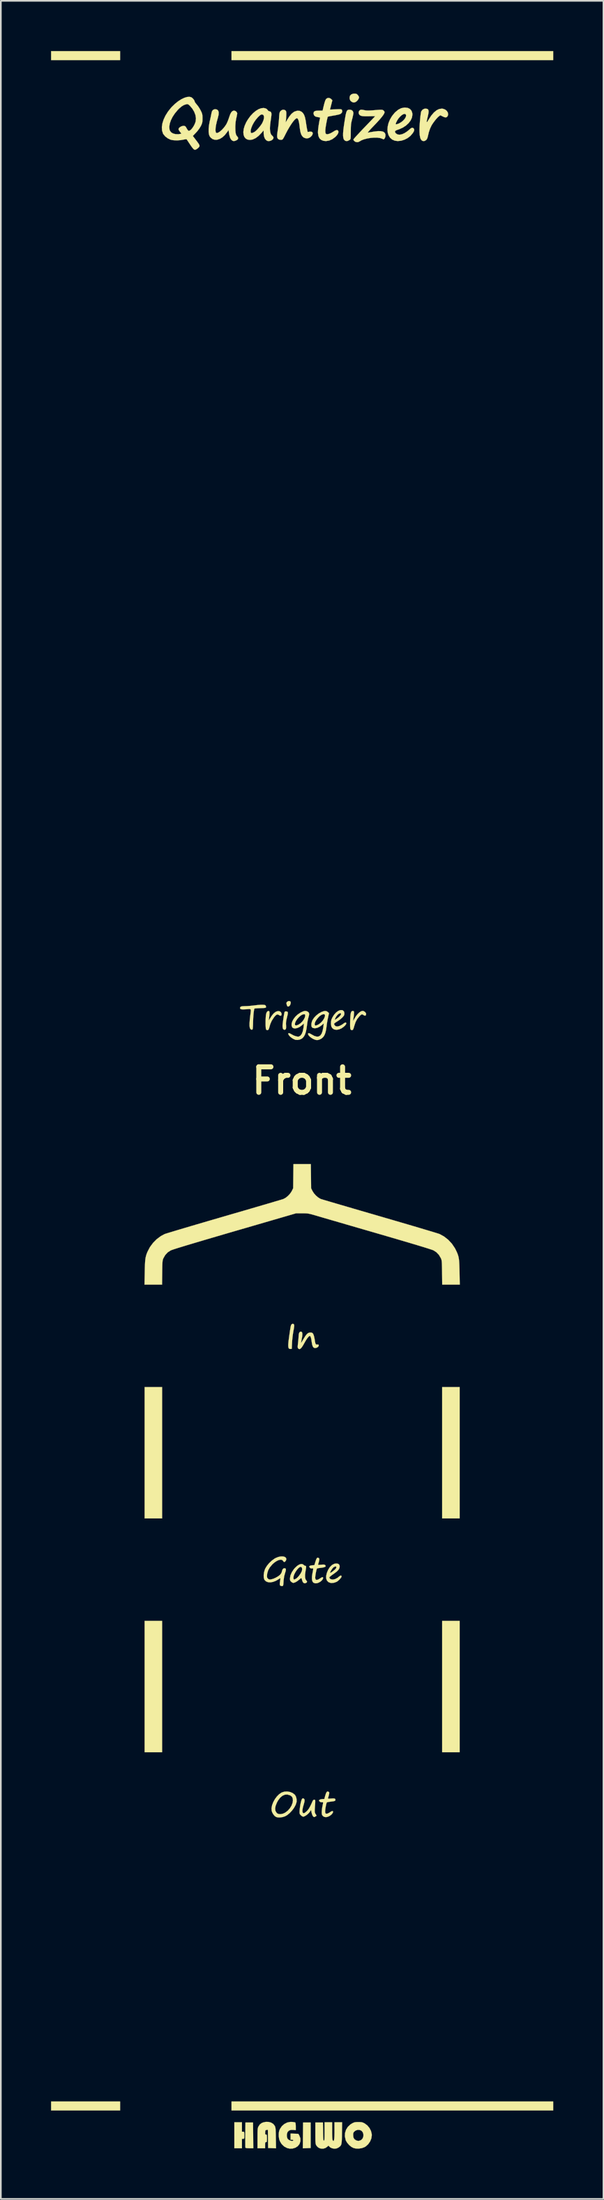
<source format=kicad_pcb>
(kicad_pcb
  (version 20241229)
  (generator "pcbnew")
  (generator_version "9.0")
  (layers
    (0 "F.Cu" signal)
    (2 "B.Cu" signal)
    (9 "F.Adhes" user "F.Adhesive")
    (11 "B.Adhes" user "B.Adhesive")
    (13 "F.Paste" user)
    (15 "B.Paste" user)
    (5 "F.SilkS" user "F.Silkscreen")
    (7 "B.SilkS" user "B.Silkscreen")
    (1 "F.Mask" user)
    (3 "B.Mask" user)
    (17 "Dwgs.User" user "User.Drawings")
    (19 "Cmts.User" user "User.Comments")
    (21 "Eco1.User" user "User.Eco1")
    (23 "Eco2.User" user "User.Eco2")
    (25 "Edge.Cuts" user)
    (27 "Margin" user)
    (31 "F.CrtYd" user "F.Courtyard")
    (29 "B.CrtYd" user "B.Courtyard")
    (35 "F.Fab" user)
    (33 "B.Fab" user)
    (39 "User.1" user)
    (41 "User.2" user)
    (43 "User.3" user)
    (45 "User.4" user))
  (footprint "Front"
    (layer "F.Cu")
    (at 14.991 61.529)
    (property "Reference" "Front" (at 0 0 0) (layer "F.SilkS") (effects (font (size 1.524 1.524) (thickness 0.3))))
    (attr through_hole)
    (fp_poly (pts (xy -10.866 -60.988) (xy -14.986 -60.988) (xy -14.986 -61.524) (xy -10.866 -61.524) (xy -10.866 -60.988)) (stroke (width 0.01) (type solid)) (fill yes) (layer "F.SilkS"))
    (fp_poly (pts (xy -10.866 61.524) (xy -14.986 61.524) (xy -14.986 60.988) (xy -10.866 60.988) (xy -10.866 61.524)) (stroke (width 0.01) (type solid)) (fill yes) (layer "F.SilkS"))
    (fp_poly (pts (xy -8.354 40.118) (xy -9.398 40.118) (xy -9.398 32.272) (xy -8.354 32.272) (xy -8.354 40.118)) (stroke (width 0.01) (type solid)) (fill yes) (layer "F.SilkS"))
    (fp_poly (pts (xy 0.522 63.768) (xy 0.056 63.785) (xy 0.071 62.244) (xy 0.522 62.244) (xy 0.522 63.768)) (stroke (width 0.01) (type solid)) (fill yes) (layer "F.SilkS"))
    (fp_poly (pts (xy 9.426 40.118) (xy 8.382 40.118) (xy 8.382 32.272) (xy 9.426 32.272) (xy 9.426 40.118)) (stroke (width 0.01) (type solid)) (fill yes) (layer "F.SilkS"))
    (fp_poly (pts (xy 15.014 -60.988) (xy -4.205 -60.988) (xy -4.205 -61.524) (xy 15.014 -61.524) (xy 15.014 -60.988)) (stroke (width 0.01) (type solid)) (fill yes) (layer "F.SilkS"))
    (fp_poly (pts (xy 15.014 61.524) (xy -4.205 61.524) (xy -4.205 60.988) (xy 15.014 60.988) (xy 15.014 61.524)) (stroke (width 0.01) (type solid)) (fill yes) (layer "F.SilkS"))
    (fp_poly (pts (xy -8.354 22.225) (xy -8.354 26.148) (xy -9.398 26.148) (xy -9.398 22.225) (xy -9.398 18.302) (xy -8.354 18.302) (xy -8.354 22.225)) (stroke (width 0.01) (type solid)) (fill yes) (layer "F.SilkS"))
    (fp_poly (pts (xy 9.426 22.225) (xy 9.426 26.148) (xy 8.382 26.148) (xy 8.382 22.225) (xy 8.382 18.302) (xy 9.426 18.302) (xy 9.426 22.225)) (stroke (width 0.01) (type solid)) (fill yes) (layer "F.SilkS"))
    (fp_poly (pts (xy -2.913 63.013) (xy -2.906 63.782) (xy -3.133 63.782) (xy -3.264 63.778) (xy -3.343 63.767) (xy -3.374 63.746) (xy -3.377 63.71) (xy -3.38 63.624) (xy -3.381 63.498) (xy -3.382 63.339) (xy -3.382 63.156) (xy -3.38 62.977) (xy -3.373 62.244) (xy -2.921 62.244) (xy -2.913 63.013)) (stroke (width 0.01) (type solid)) (fill yes) (layer "F.SilkS"))
    (fp_poly (pts (xy -0.683 -4.734) (xy -0.682 -4.732) (xy -0.666 -4.676) (xy -0.678 -4.598) (xy -0.709 -4.52) (xy -0.753 -4.465) (xy -0.761 -4.459) (xy -0.824 -4.435) (xy -0.865 -4.449) (xy -0.895 -4.509) (xy -0.906 -4.544) (xy -0.925 -4.621) (xy -0.92 -4.669) (xy -0.889 -4.713) (xy -0.82 -4.759) (xy -0.744 -4.766) (xy -0.683 -4.734)) (stroke (width 0.01) (type solid)) (fill yes) (layer "F.SilkS"))
    (fp_poly (pts (xy -3.584 62.794) (xy -3.514 62.794) (xy -3.478 62.797) (xy -3.457 62.813) (xy -3.447 62.854) (xy -3.443 62.932) (xy -3.443 63.006) (xy -3.444 63.114) (xy -3.449 63.177) (xy -3.463 63.207) (xy -3.489 63.217) (xy -3.514 63.218) (xy -3.584 63.218) (xy -3.584 63.782) (xy -4.036 63.782) (xy -4.036 62.23) (xy -3.584 62.23) (xy -3.584 62.794)) (stroke (width 0.01) (type solid)) (fill yes) (layer "F.SilkS"))
    (fp_poly (pts (xy 3.224 -58.979) (xy 3.284 -58.954) (xy 3.339 -58.901) (xy 3.342 -58.898) (xy 3.389 -58.831) (xy 3.414 -58.773) (xy 3.415 -58.764) (xy 3.393 -58.687) (xy 3.34 -58.6) (xy 3.268 -58.525) (xy 3.22 -58.492) (xy 3.137 -58.457) (xy 3.07 -58.456) (xy 2.991 -58.489) (xy 2.985 -58.492) (xy 2.901 -58.559) (xy 2.859 -58.653) (xy 2.85 -58.744) (xy 2.874 -58.854) (xy 2.943 -58.933) (xy 3.051 -58.977) (xy 3.134 -58.984) (xy 3.224 -58.979)) (stroke (width 0.01) (type solid)) (fill yes) (layer "F.SilkS"))
    (fp_poly (pts (xy -0.491 14.54) (xy -0.469 14.569) (xy -0.46 14.613) (xy -0.465 14.697) (xy -0.485 14.828) (xy -0.507 14.948) (xy -0.536 15.12) (xy -0.562 15.32) (xy -0.582 15.52) (xy -0.59 15.649) (xy -0.607 16.016) (xy -0.682 16.025) (xy -0.754 16.014) (xy -0.788 15.977) (xy -0.807 15.923) (xy -0.816 15.844) (xy -0.814 15.733) (xy -0.801 15.584) (xy -0.777 15.391) (xy -0.762 15.282) (xy -0.731 15.066) (xy -0.706 14.899) (xy -0.686 14.775) (xy -0.67 14.685) (xy -0.655 14.625) (xy -0.64 14.585) (xy -0.624 14.561) (xy -0.606 14.544) (xy -0.604 14.543) (xy -0.541 14.515) (xy -0.491 14.54)) (stroke (width 0.01) (type solid)) (fill yes) (layer "F.SilkS"))
    (fp_poly (pts (xy -0.863 -4.123) (xy -0.851 -4.111) (xy -0.839 -4.076) (xy -0.843 -4.011) (xy -0.864 -3.907) (xy -0.892 -3.794) (xy -0.928 -3.639) (xy -0.948 -3.517) (xy -0.953 -3.406) (xy -0.948 -3.314) (xy -0.944 -3.186) (xy -0.956 -3.105) (xy -0.988 -3.062) (xy -1.043 -3.048) (xy -1.049 -3.048) (xy -1.101 -3.071) (xy -1.128 -3.103) (xy -1.146 -3.165) (xy -1.156 -3.253) (xy -1.157 -3.279) (xy -1.152 -3.352) (xy -1.141 -3.459) (xy -1.124 -3.588) (xy -1.105 -3.727) (xy -1.084 -3.862) (xy -1.063 -3.98) (xy -1.045 -4.07) (xy -1.032 -4.118) (xy -1.03 -4.12) (xy -0.987 -4.145) (xy -0.922 -4.145) (xy -0.863 -4.123)) (stroke (width 0.01) (type solid)) (fill yes) (layer "F.SilkS"))
    (fp_poly (pts (xy 2.965 -58.003) (xy 3.041 -57.942) (xy 3.075 -57.849) (xy 3.076 -57.825) (xy 3.069 -57.762) (xy 3.049 -57.66) (xy 3.021 -57.536) (xy 2.999 -57.451) (xy 2.969 -57.332) (xy 2.947 -57.227) (xy 2.933 -57.123) (xy 2.925 -57.004) (xy 2.921 -56.855) (xy 2.92 -56.715) (xy 2.919 -56.546) (xy 2.917 -56.425) (xy 2.913 -56.342) (xy 2.904 -56.288) (xy 2.891 -56.255) (xy 2.871 -56.233) (xy 2.849 -56.216) (xy 2.739 -56.158) (xy 2.639 -56.152) (xy 2.605 -56.163) (xy 2.546 -56.199) (xy 2.502 -56.259) (xy 2.474 -56.345) (xy 2.461 -56.464) (xy 2.462 -56.619) (xy 2.478 -56.815) (xy 2.509 -57.057) (xy 2.55 -57.326) (xy 2.585 -57.542) (xy 2.615 -57.708) (xy 2.643 -57.831) (xy 2.672 -57.918) (xy 2.704 -57.974) (xy 2.742 -58.006) (xy 2.789 -58.021) (xy 2.847 -58.025) (xy 2.855 -58.025) (xy 2.965 -58.003)) (stroke (width 0.01) (type solid)) (fill yes) (layer "F.SilkS"))
    (fp_poly (pts (xy -1.976 -4.17) (xy -1.951 -4.15) (xy -1.939 -4.098) (xy -1.938 -4.007) (xy -1.949 -3.872) (xy -1.961 -3.768) (xy -1.982 -3.598) (xy -1.878 -3.768) (xy -1.776 -3.921) (xy -1.682 -4.03) (xy -1.587 -4.105) (xy -1.532 -4.136) (xy -1.422 -4.165) (xy -1.326 -4.151) (xy -1.253 -4.098) (xy -1.216 -4.013) (xy -1.214 -3.98) (xy -1.23 -3.909) (xy -1.274 -3.885) (xy -1.343 -3.909) (xy -1.369 -3.928) (xy -1.433 -3.963) (xy -1.496 -3.958) (xy -1.566 -3.91) (xy -1.65 -3.815) (xy -1.672 -3.786) (xy -1.803 -3.586) (xy -1.892 -3.384) (xy -1.932 -3.242) (xy -1.959 -3.147) (xy -1.988 -3.075) (xy -2.009 -3.044) (xy -2.078 -3.022) (xy -2.131 -3.054) (xy -2.144 -3.074) (xy -2.156 -3.126) (xy -2.164 -3.22) (xy -2.169 -3.346) (xy -2.17 -3.49) (xy -2.168 -3.639) (xy -2.162 -3.781) (xy -2.153 -3.903) (xy -2.147 -3.948) (xy -2.116 -4.069) (xy -2.065 -4.146) (xy -1.998 -4.172) (xy -1.976 -4.17)) (stroke (width 0.01) (type solid)) (fill yes) (layer "F.SilkS"))
    (fp_poly (pts (xy 3.706 -4.156) (xy 3.778 -4.104) (xy 3.828 -4.037) (xy 3.838 -3.995) (xy 3.821 -3.918) (xy 3.775 -3.889) (xy 3.709 -3.909) (xy 3.69 -3.923) (xy 3.63 -3.964) (xy 3.583 -3.973) (xy 3.532 -3.947) (xy 3.463 -3.883) (xy 3.445 -3.865) (xy 3.307 -3.697) (xy 3.206 -3.508) (xy 3.131 -3.282) (xy 3.101 -3.177) (xy 3.07 -3.094) (xy 3.045 -3.047) (xy 3.041 -3.043) (xy 2.974 -3.022) (xy 2.921 -3.055) (xy 2.904 -3.081) (xy 2.89 -3.135) (xy 2.882 -3.235) (xy 2.881 -3.385) (xy 2.884 -3.587) (xy 2.893 -3.792) (xy 2.906 -3.946) (xy 2.925 -4.056) (xy 2.953 -4.126) (xy 2.99 -4.163) (xy 3.039 -4.173) (xy 3.057 -4.172) (xy 3.097 -4.157) (xy 3.113 -4.119) (xy 3.114 -4.05) (xy 3.108 -3.958) (xy 3.095 -3.842) (xy 3.084 -3.761) (xy 3.071 -3.67) (xy 3.065 -3.606) (xy 3.066 -3.584) (xy 3.083 -3.607) (xy 3.115 -3.665) (xy 3.135 -3.704) (xy 3.223 -3.851) (xy 3.325 -3.981) (xy 3.433 -4.084) (xy 3.538 -4.152) (xy 3.63 -4.177) (xy 3.706 -4.156)) (stroke (width 0.01) (type solid)) (fill yes) (layer "F.SilkS"))
    (fp_poly (pts (xy -0.575 62.21) (xy -0.485 62.222) (xy -0.418 62.236) (xy -0.396 62.244) (xy -0.382 62.279) (xy -0.372 62.355) (xy -0.367 62.457) (xy -0.367 62.481) (xy -0.367 62.7) (xy -0.524 62.687) (xy -0.668 62.689) (xy -0.773 62.726) (xy -0.847 62.799) (xy -0.863 62.827) (xy -0.897 62.937) (xy -0.901 63.06) (xy -0.876 63.172) (xy -0.845 63.227) (xy -0.779 63.284) (xy -0.689 63.326) (xy -0.601 63.346) (xy -0.548 63.34) (xy -0.51 63.313) (xy -0.521 63.288) (xy -0.576 63.275) (xy -0.593 63.274) (xy -0.677 63.274) (xy -0.677 62.905) (xy -0.213 62.921) (xy -0.149 63.034) (xy -0.093 63.188) (xy -0.089 63.351) (xy -0.136 63.508) (xy -0.155 63.544) (xy -0.255 63.663) (xy -0.392 63.749) (xy -0.551 63.798) (xy -0.721 63.805) (xy -0.878 63.772) (xy -1.056 63.679) (xy -1.2 63.541) (xy -1.237 63.491) (xy -1.314 63.361) (xy -1.359 63.233) (xy -1.38 63.086) (xy -1.383 62.979) (xy -1.377 62.847) (xy -1.357 62.744) (xy -1.316 62.642) (xy -1.31 62.631) (xy -1.198 62.463) (xy -1.052 62.334) (xy -0.88 62.247) (xy -0.693 62.208) (xy -0.575 62.21)) (stroke (width 0.01) (type solid)) (fill yes) (layer "F.SilkS"))
    (fp_poly (pts (xy -1.989 62.209) (xy -1.839 62.252) (xy -1.714 62.329) (xy -1.626 62.439) (xy -1.624 62.442) (xy -1.605 62.484) (xy -1.59 62.531) (xy -1.579 62.591) (xy -1.571 62.673) (xy -1.566 62.784) (xy -1.561 62.934) (xy -1.558 63.131) (xy -1.557 63.17) (xy -1.548 63.785) (xy -1.783 63.776) (xy -2.018 63.768) (xy -2.026 63.223) (xy -2.033 62.678) (xy -2.11 62.687) (xy -2.157 62.698) (xy -2.182 62.726) (xy -2.193 62.789) (xy -2.196 62.83) (xy -2.198 62.911) (xy -2.188 62.951) (xy -2.161 62.963) (xy -2.146 62.964) (xy -2.118 62.968) (xy -2.1 62.989) (xy -2.092 63.037) (xy -2.089 63.125) (xy -2.088 63.19) (xy -2.09 63.302) (xy -2.095 63.369) (xy -2.108 63.403) (xy -2.13 63.415) (xy -2.145 63.415) (xy -2.175 63.421) (xy -2.192 63.447) (xy -2.2 63.504) (xy -2.201 63.599) (xy -2.201 63.782) (xy -2.653 63.782) (xy -2.653 63.188) (xy -2.652 62.986) (xy -2.651 62.832) (xy -2.647 62.717) (xy -2.64 62.634) (xy -2.63 62.573) (xy -2.616 62.527) (xy -2.599 62.49) (xy -2.519 62.367) (xy -2.416 62.284) (xy -2.323 62.243) (xy -2.155 62.205) (xy -1.989 62.209)) (stroke (width 0.01) (type solid)) (fill yes) (layer "F.SilkS"))
    (fp_poly (pts (xy -2.223 -4.53) (xy -2.179 -4.51) (xy -2.151 -4.455) (xy -2.145 -4.414) (xy -2.148 -4.388) (xy -2.162 -4.37) (xy -2.197 -4.358) (xy -2.263 -4.351) (xy -2.368 -4.346) (xy -2.481 -4.342) (xy -2.613 -4.337) (xy -2.724 -4.33) (xy -2.801 -4.323) (xy -2.833 -4.316) (xy -2.85 -4.273) (xy -2.868 -4.184) (xy -2.884 -4.059) (xy -2.899 -3.908) (xy -2.91 -3.742) (xy -2.917 -3.571) (xy -2.919 -3.499) (xy -2.922 -3.355) (xy -2.928 -3.231) (xy -2.935 -3.138) (xy -2.944 -3.087) (xy -2.946 -3.082) (xy -2.991 -3.05) (xy -3.047 -3.067) (xy -3.089 -3.111) (xy -3.116 -3.178) (xy -3.13 -3.286) (xy -3.129 -3.437) (xy -3.115 -3.635) (xy -3.091 -3.853) (xy -3.069 -4.021) (xy -3.055 -4.141) (xy -3.053 -4.219) (xy -3.067 -4.265) (xy -3.101 -4.285) (xy -3.159 -4.288) (xy -3.245 -4.281) (xy -3.312 -4.275) (xy -3.474 -4.267) (xy -3.587 -4.269) (xy -3.657 -4.285) (xy -3.691 -4.315) (xy -3.697 -4.342) (xy -3.686 -4.396) (xy -3.646 -4.432) (xy -3.569 -4.451) (xy -3.447 -4.459) (xy -3.402 -4.46) (xy -3.273 -4.464) (xy -3.113 -4.475) (xy -2.948 -4.491) (xy -2.865 -4.502) (xy -2.647 -4.527) (xy -2.464 -4.54) (xy -2.321 -4.541) (xy -2.223 -4.53)) (stroke (width 0.01) (type solid)) (fill yes) (layer "F.SilkS"))
    (fp_poly (pts (xy -0.708 42.495) (xy -0.551 42.56) (xy -0.424 42.66) (xy -0.412 42.674) (xy -0.354 42.779) (xy -0.32 42.913) (xy -0.315 43.055) (xy -0.322 43.106) (xy -0.374 43.265) (xy -0.466 43.434) (xy -0.588 43.601) (xy -0.73 43.752) (xy -0.88 43.875) (xy -1.004 43.946) (xy -1.145 43.992) (xy -1.295 44.015) (xy -1.434 44.014) (xy -1.543 43.987) (xy -1.63 43.924) (xy -1.712 43.825) (xy -1.777 43.707) (xy -1.805 43.621) (xy -1.813 43.492) (xy -1.601 43.492) (xy -1.58 43.629) (xy -1.511 43.74) (xy -1.471 43.777) (xy -1.378 43.816) (xy -1.258 43.82) (xy -1.123 43.788) (xy -1.004 43.733) (xy -0.848 43.617) (xy -0.716 43.468) (xy -0.615 43.301) (xy -0.552 43.127) (xy -0.536 42.996) (xy -0.55 42.866) (xy -0.597 42.774) (xy -0.685 42.705) (xy -0.716 42.69) (xy -0.868 42.646) (xy -1.017 42.656) (xy -1.162 42.719) (xy -1.298 42.833) (xy -1.421 42.995) (xy -1.498 43.136) (xy -1.574 43.328) (xy -1.601 43.492) (xy -1.813 43.492) (xy -1.815 43.466) (xy -1.783 43.291) (xy -1.715 43.109) (xy -1.618 42.93) (xy -1.499 42.767) (xy -1.362 42.63) (xy -1.215 42.53) (xy -1.214 42.529) (xy -1.054 42.477) (xy -0.881 42.466) (xy -0.708 42.495)) (stroke (width 0.01) (type solid)) (fill yes) (layer "F.SilkS"))
    (fp_poly (pts (xy 3.496 62.219) (xy 3.585 62.23) (xy 3.662 62.256) (xy 3.749 62.299) (xy 3.75 62.3) (xy 3.906 62.416) (xy 4.034 62.568) (xy 4.126 62.745) (xy 4.172 62.931) (xy 4.177 63.006) (xy 4.15 63.193) (xy 4.076 63.374) (xy 3.963 63.537) (xy 3.819 63.668) (xy 3.752 63.71) (xy 3.585 63.774) (xy 3.396 63.803) (xy 3.208 63.796) (xy 3.077 63.763) (xy 2.95 63.695) (xy 2.823 63.589) (xy 2.712 63.462) (xy 2.632 63.331) (xy 2.616 63.29) (xy 2.57 63.076) (xy 2.573 63.001) (xy 3.062 63.001) (xy 3.077 63.133) (xy 3.127 63.229) (xy 3.219 63.3) (xy 3.26 63.32) (xy 3.378 63.345) (xy 3.497 63.313) (xy 3.556 63.277) (xy 3.632 63.19) (xy 3.673 63.077) (xy 3.676 62.953) (xy 3.642 62.837) (xy 3.572 62.744) (xy 3.566 62.74) (xy 3.457 62.688) (xy 3.335 62.682) (xy 3.216 62.721) (xy 3.154 62.764) (xy 3.1 62.819) (xy 3.072 62.873) (xy 3.063 62.948) (xy 3.062 63.001) (xy 2.573 63.001) (xy 2.578 62.87) (xy 2.637 62.677) (xy 2.745 62.506) (xy 2.899 62.361) (xy 2.996 62.3) (xy 3.082 62.256) (xy 3.159 62.23) (xy 3.249 62.219) (xy 3.372 62.216) (xy 3.373 62.216) (xy 3.496 62.219)) (stroke (width 0.01) (type solid)) (fill yes) (layer "F.SilkS"))
    (fp_poly (pts (xy 8.443 -58.077) (xy 8.568 -58.028) (xy 8.663 -57.948) (xy 8.722 -57.848) (xy 8.737 -57.74) (xy 8.723 -57.678) (xy 8.677 -57.598) (xy 8.613 -57.565) (xy 8.523 -57.575) (xy 8.424 -57.617) (xy 8.274 -57.693) (xy 8.189 -57.633) (xy 8.118 -57.57) (xy 8.029 -57.473) (xy 7.933 -57.355) (xy 7.841 -57.23) (xy 7.763 -57.111) (xy 7.751 -57.091) (xy 7.659 -56.899) (xy 7.583 -56.673) (xy 7.533 -56.457) (xy 7.495 -56.316) (xy 7.437 -56.222) (xy 7.351 -56.166) (xy 7.306 -56.152) (xy 7.221 -56.156) (xy 7.16 -56.191) (xy 7.105 -56.258) (xy 7.066 -56.364) (xy 7.041 -56.512) (xy 7.029 -56.709) (xy 7.028 -56.82) (xy 7.031 -56.961) (xy 7.039 -57.124) (xy 7.051 -57.296) (xy 7.066 -57.468) (xy 7.083 -57.628) (xy 7.1 -57.765) (xy 7.117 -57.868) (xy 7.133 -57.927) (xy 7.135 -57.93) (xy 7.214 -58.028) (xy 7.318 -58.08) (xy 7.377 -58.087) (xy 7.47 -58.078) (xy 7.532 -58.047) (xy 7.565 -57.987) (xy 7.571 -57.892) (xy 7.552 -57.757) (xy 7.522 -57.62) (xy 7.483 -57.459) (xy 7.461 -57.35) (xy 7.456 -57.291) (xy 7.469 -57.28) (xy 7.5 -57.314) (xy 7.55 -57.392) (xy 7.576 -57.436) (xy 7.731 -57.673) (xy 7.889 -57.858) (xy 8.048 -57.989) (xy 8.206 -58.066) (xy 8.364 -58.088) (xy 8.443 -58.077)) (stroke (width 0.01) (type solid)) (fill yes) (layer "F.SilkS"))
    (fp_poly (pts (xy 2.162 28.86) (xy 2.23 28.912) (xy 2.257 29.001) (xy 2.258 29.024) (xy 2.24 29.122) (xy 2.183 29.22) (xy 2.083 29.323) (xy 1.934 29.437) (xy 1.883 29.472) (xy 1.781 29.544) (xy 1.7 29.608) (xy 1.649 29.655) (xy 1.637 29.675) (xy 1.663 29.74) (xy 1.732 29.784) (xy 1.834 29.802) (xy 1.844 29.803) (xy 1.987 29.775) (xy 2.136 29.694) (xy 2.234 29.613) (xy 2.3 29.568) (xy 2.348 29.567) (xy 2.37 29.61) (xy 2.371 29.621) (xy 2.35 29.67) (xy 2.298 29.739) (xy 2.227 29.816) (xy 2.15 29.885) (xy 2.08 29.934) (xy 2.076 29.936) (xy 1.926 29.991) (xy 1.772 30.007) (xy 1.699 29.998) (xy 1.579 29.949) (xy 1.497 29.861) (xy 1.453 29.741) (xy 1.449 29.593) (xy 1.486 29.421) (xy 1.502 29.381) (xy 1.684 29.381) (xy 1.686 29.407) (xy 1.689 29.408) (xy 1.725 29.392) (xy 1.79 29.35) (xy 1.853 29.304) (xy 1.958 29.22) (xy 2.021 29.156) (xy 2.053 29.102) (xy 2.059 29.062) (xy 2.041 29.021) (xy 1.99 29.018) (xy 1.915 29.053) (xy 1.894 29.067) (xy 1.848 29.111) (xy 1.797 29.177) (xy 1.747 29.253) (xy 1.707 29.326) (xy 1.684 29.381) (xy 1.502 29.381) (xy 1.563 29.231) (xy 1.566 29.224) (xy 1.672 29.056) (xy 1.795 28.934) (xy 1.932 28.862) (xy 2.052 28.843) (xy 2.162 28.86)) (stroke (width 0.01) (type solid)) (fill yes) (layer "F.SilkS"))
    (fp_poly (pts (xy 2.451 -4.203) (xy 2.515 -4.137) (xy 2.54 -4.038) (xy 2.529 -3.939) (xy 2.491 -3.867) (xy 2.413 -3.779) (xy 2.306 -3.684) (xy 2.18 -3.592) (xy 2.101 -3.542) (xy 2.013 -3.487) (xy 1.949 -3.438) (xy 1.92 -3.406) (xy 1.919 -3.403) (xy 1.934 -3.358) (xy 1.963 -3.308) (xy 2.032 -3.255) (xy 2.131 -3.244) (xy 2.252 -3.277) (xy 2.391 -3.35) (xy 2.49 -3.421) (xy 2.573 -3.474) (xy 2.628 -3.482) (xy 2.652 -3.445) (xy 2.653 -3.429) (xy 2.63 -3.37) (xy 2.569 -3.294) (xy 2.481 -3.215) (xy 2.378 -3.142) (xy 2.36 -3.131) (xy 2.217 -3.071) (xy 2.074 -3.048) (xy 1.946 -3.065) (xy 1.898 -3.085) (xy 1.812 -3.152) (xy 1.761 -3.244) (xy 1.739 -3.372) (xy 1.737 -3.443) (xy 1.744 -3.56) (xy 1.765 -3.653) (xy 1.963 -3.653) (xy 1.964 -3.641) (xy 1.996 -3.655) (xy 2.054 -3.691) (xy 2.07 -3.702) (xy 2.183 -3.787) (xy 2.269 -3.869) (xy 2.324 -3.941) (xy 2.344 -3.996) (xy 2.324 -4.029) (xy 2.29 -4.036) (xy 2.211 -4.01) (xy 2.127 -3.94) (xy 2.047 -3.834) (xy 2.016 -3.779) (xy 1.981 -3.704) (xy 1.963 -3.653) (xy 1.765 -3.653) (xy 1.766 -3.656) (xy 1.811 -3.76) (xy 1.833 -3.803) (xy 1.932 -3.957) (xy 2.044 -4.081) (xy 2.163 -4.17) (xy 2.281 -4.219) (xy 2.391 -4.224) (xy 2.451 -4.203)) (stroke (width 0.01) (type solid)) (fill yes) (layer "F.SilkS"))
    (fp_poly (pts (xy 0.106 42.887) (xy 0.145 42.925) (xy 0.161 42.983) (xy 0.153 43.069) (xy 0.122 43.193) (xy 0.101 43.264) (xy 0.053 43.439) (xy 0.031 43.58) (xy 0.034 43.685) (xy 0.061 43.748) (xy 0.113 43.765) (xy 0.134 43.761) (xy 0.184 43.732) (xy 0.254 43.675) (xy 0.308 43.624) (xy 0.371 43.553) (xy 0.43 43.468) (xy 0.492 43.357) (xy 0.563 43.212) (xy 0.631 43.058) (xy 0.67 42.987) (xy 0.709 42.96) (xy 0.741 42.959) (xy 0.765 42.962) (xy 0.782 42.969) (xy 0.793 42.988) (xy 0.797 43.026) (xy 0.797 43.092) (xy 0.791 43.193) (xy 0.781 43.338) (xy 0.773 43.454) (xy 0.766 43.58) (xy 0.766 43.666) (xy 0.776 43.727) (xy 0.797 43.778) (xy 0.816 43.811) (xy 0.877 43.909) (xy 0.813 43.954) (xy 0.754 43.99) (xy 0.715 43.99) (xy 0.671 43.951) (xy 0.662 43.941) (xy 0.627 43.881) (xy 0.595 43.79) (xy 0.579 43.727) (xy 0.548 43.57) (xy 0.464 43.69) (xy 0.391 43.776) (xy 0.298 43.858) (xy 0.2 43.924) (xy 0.114 43.964) (xy 0.077 43.97) (xy 0.025 43.951) (xy -0.041 43.904) (xy -0.062 43.885) (xy -0.105 43.839) (xy -0.129 43.798) (xy -0.139 43.744) (xy -0.138 43.662) (xy -0.134 43.581) (xy -0.119 43.432) (xy -0.097 43.279) (xy -0.068 43.136) (xy -0.036 43.015) (xy -0.004 42.93) (xy 0.016 42.898) (xy 0.064 42.872) (xy 0.106 42.887)) (stroke (width 0.01) (type solid)) (fill yes) (layer "F.SilkS"))
    (fp_poly (pts (xy 1.806 62.747) (xy 1.807 62.945) (xy 1.811 63.094) (xy 1.817 63.2) (xy 1.827 63.27) (xy 1.841 63.311) (xy 1.845 63.316) (xy 1.877 63.347) (xy 1.902 63.339) (xy 1.921 63.291) (xy 1.934 63.197) (xy 1.943 63.055) (xy 1.947 62.862) (xy 1.947 62.74) (xy 1.947 62.23) (xy 2.402 62.23) (xy 2.393 62.877) (xy 2.39 63.098) (xy 2.385 63.271) (xy 2.377 63.403) (xy 2.364 63.501) (xy 2.344 63.574) (xy 2.314 63.629) (xy 2.273 63.673) (xy 2.219 63.715) (xy 2.173 63.747) (xy 2.06 63.795) (xy 1.93 63.806) (xy 1.8 63.782) (xy 1.688 63.727) (xy 1.626 63.666) (xy 1.597 63.631) (xy 1.571 63.636) (xy 1.536 63.672) (xy 1.418 63.762) (xy 1.279 63.806) (xy 1.131 63.801) (xy 1.017 63.761) (xy 0.936 63.702) (xy 0.868 63.623) (xy 0.862 63.613) (xy 0.843 63.577) (xy 0.829 63.537) (xy 0.819 63.485) (xy 0.812 63.412) (xy 0.807 63.312) (xy 0.805 63.175) (xy 0.804 62.994) (xy 0.804 62.879) (xy 0.804 62.244) (xy 1.256 62.244) (xy 1.264 62.787) (xy 1.267 62.979) (xy 1.271 63.12) (xy 1.277 63.22) (xy 1.284 63.283) (xy 1.295 63.318) (xy 1.308 63.33) (xy 1.313 63.331) (xy 1.328 63.323) (xy 1.338 63.297) (xy 1.346 63.244) (xy 1.351 63.159) (xy 1.354 63.033) (xy 1.355 62.86) (xy 1.355 62.78) (xy 1.355 62.23) (xy 1.806 62.23) (xy 1.806 62.747)) (stroke (width 0.01) (type solid)) (fill yes) (layer "F.SilkS"))
    (fp_poly (pts (xy 0.04 28.882) (xy 0.105 28.928) (xy 0.16 28.971) (xy 0.204 28.984) (xy 0.232 28.989) (xy 0.247 29.009) (xy 0.251 29.054) (xy 0.243 29.132) (xy 0.224 29.253) (xy 0.213 29.318) (xy 0.188 29.514) (xy 0.19 29.672) (xy 0.217 29.788) (xy 0.258 29.848) (xy 0.305 29.912) (xy 0.296 29.966) (xy 0.256 29.999) (xy 0.172 30.027) (xy 0.104 30.004) (xy 0.077 29.979) (xy 0.038 29.915) (xy 0.014 29.845) (xy -0.008 29.757) (xy -0.03 29.717) (xy -0.065 29.723) (xy -0.124 29.771) (xy -0.157 29.802) (xy -0.273 29.894) (xy -0.388 29.962) (xy -0.488 29.997) (xy -0.52 30) (xy -0.568 29.983) (xy -0.63 29.941) (xy -0.638 29.934) (xy -0.686 29.885) (xy -0.708 29.829) (xy -0.712 29.744) (xy -0.712 29.724) (xy -0.706 29.687) (xy -0.508 29.687) (xy -0.501 29.765) (xy -0.475 29.798) (xy -0.422 29.788) (xy -0.348 29.748) (xy -0.262 29.677) (xy -0.17 29.572) (xy -0.085 29.451) (xy -0.021 29.334) (xy 0.001 29.278) (xy 0.016 29.176) (xy 0.001 29.095) (xy -0.04 29.048) (xy -0.071 29.041) (xy -0.14 29.065) (xy -0.22 29.132) (xy -0.302 29.228) (xy -0.38 29.344) (xy -0.446 29.466) (xy -0.491 29.584) (xy -0.508 29.685) (xy -0.508 29.687) (xy -0.706 29.687) (xy -0.683 29.551) (xy -0.605 29.37) (xy -0.485 29.189) (xy -0.422 29.115) (xy -0.292 28.992) (xy -0.168 28.911) (xy -0.056 28.873) (xy 0.04 28.882)) (stroke (width 0.01) (type solid)) (fill yes) (layer "F.SilkS"))
    (fp_poly (pts (xy -0.014 15.003) (xy 0.018 15.055) (xy 0.027 15.148) (xy 0.014 15.285) (xy -0.015 15.44) (xy -0.034 15.539) (xy -0.046 15.615) (xy -0.049 15.651) (xy -0.048 15.653) (xy -0.031 15.634) (xy 0.007 15.576) (xy 0.062 15.488) (xy 0.107 15.411) (xy 0.2 15.26) (xy 0.279 15.155) (xy 0.351 15.089) (xy 0.425 15.053) (xy 0.507 15.042) (xy 0.512 15.042) (xy 0.592 15.051) (xy 0.643 15.084) (xy 0.675 15.131) (xy 0.704 15.2) (xy 0.733 15.305) (xy 0.758 15.428) (xy 0.763 15.462) (xy 0.785 15.602) (xy 0.808 15.694) (xy 0.835 15.745) (xy 0.872 15.764) (xy 0.92 15.759) (xy 0.98 15.759) (xy 1.005 15.788) (xy 1.001 15.847) (xy 0.955 15.905) (xy 0.88 15.949) (xy 0.845 15.96) (xy 0.762 15.966) (xy 0.698 15.938) (xy 0.65 15.872) (xy 0.613 15.762) (xy 0.586 15.603) (xy 0.579 15.55) (xy 0.558 15.42) (xy 0.53 15.318) (xy 0.498 15.256) (xy 0.474 15.24) (xy 0.424 15.265) (xy 0.358 15.335) (xy 0.278 15.445) (xy 0.192 15.587) (xy 0.158 15.649) (xy 0.063 15.817) (xy -0.016 15.936) (xy -0.083 16.006) (xy -0.141 16.033) (xy -0.193 16.018) (xy -0.228 15.986) (xy -0.244 15.954) (xy -0.251 15.903) (xy -0.247 15.821) (xy -0.234 15.697) (xy -0.231 15.668) (xy -0.216 15.532) (xy -0.204 15.401) (xy -0.198 15.295) (xy -0.197 15.262) (xy -0.185 15.128) (xy -0.151 15.035) (xy -0.095 14.99) (xy -0.069 14.986) (xy -0.014 15.003)) (stroke (width 0.01) (type solid)) (fill yes) (layer "F.SilkS"))
    (fp_poly (pts (xy 0.982 28.503) (xy 1.005 28.517) (xy 1.034 28.546) (xy 1.042 28.586) (xy 1.032 28.655) (xy 1.024 28.692) (xy 1.001 28.784) (xy 0.979 28.859) (xy 0.971 28.882) (xy 0.965 28.909) (xy 0.978 28.923) (xy 1.023 28.925) (xy 1.11 28.918) (xy 1.148 28.915) (xy 1.258 28.906) (xy 1.326 28.908) (xy 1.37 28.924) (xy 1.395 28.944) (xy 1.423 28.994) (xy 1.4 29.035) (xy 1.322 29.068) (xy 1.189 29.093) (xy 1.146 29.099) (xy 1.04 29.112) (xy 0.956 29.125) (xy 0.909 29.136) (xy 0.906 29.137) (xy 0.887 29.173) (xy 0.864 29.25) (xy 0.841 29.353) (xy 0.819 29.467) (xy 0.803 29.578) (xy 0.794 29.671) (xy 0.795 29.718) (xy 0.819 29.796) (xy 0.872 29.827) (xy 0.955 29.81) (xy 1.068 29.746) (xy 1.086 29.734) (xy 1.179 29.676) (xy 1.238 29.656) (xy 1.253 29.662) (xy 1.27 29.714) (xy 1.243 29.784) (xy 1.181 29.862) (xy 1.09 29.937) (xy 0.954 30.006) (xy 0.827 30.029) (xy 0.717 30.003) (xy 0.677 29.977) (xy 0.625 29.901) (xy 0.6 29.78) (xy 0.602 29.62) (xy 0.631 29.426) (xy 0.632 29.424) (xy 0.659 29.29) (xy 0.673 29.203) (xy 0.673 29.153) (xy 0.66 29.132) (xy 0.631 29.132) (xy 0.607 29.137) (xy 0.533 29.134) (xy 0.478 29.096) (xy 0.441 29.037) (xy 0.458 28.992) (xy 0.527 28.962) (xy 0.615 28.95) (xy 0.746 28.942) (xy 0.811 28.726) (xy 0.854 28.599) (xy 0.894 28.524) (xy 0.935 28.493) (xy 0.982 28.503)) (stroke (width 0.01) (type solid)) (fill yes) (layer "F.SilkS"))
    (fp_poly (pts (xy 6.331 -58.13) (xy 6.459 -58.066) (xy 6.548 -57.963) (xy 6.596 -57.823) (xy 6.603 -57.723) (xy 6.576 -57.553) (xy 6.498 -57.384) (xy 6.377 -57.223) (xy 6.219 -57.078) (xy 6.03 -56.954) (xy 5.817 -56.858) (xy 5.751 -56.836) (xy 5.635 -56.793) (xy 5.572 -56.749) (xy 5.559 -56.699) (xy 5.594 -56.636) (xy 5.629 -56.598) (xy 5.723 -56.542) (xy 5.844 -56.53) (xy 5.985 -56.558) (xy 6.139 -56.627) (xy 6.298 -56.732) (xy 6.389 -56.808) (xy 6.486 -56.892) (xy 6.555 -56.937) (xy 6.607 -56.947) (xy 6.651 -56.927) (xy 6.673 -56.908) (xy 6.709 -56.852) (xy 6.709 -56.786) (xy 6.671 -56.698) (xy 6.625 -56.625) (xy 6.488 -56.463) (xy 6.317 -56.33) (xy 6.125 -56.231) (xy 5.923 -56.169) (xy 5.721 -56.151) (xy 5.551 -56.174) (xy 5.394 -56.242) (xy 5.271 -56.349) (xy 5.184 -56.487) (xy 5.131 -56.65) (xy 5.113 -56.834) (xy 5.129 -57.03) (xy 5.164 -57.173) (xy 5.603 -57.173) (xy 5.617 -57.152) (xy 5.638 -57.151) (xy 5.693 -57.162) (xy 5.772 -57.191) (xy 5.804 -57.204) (xy 5.933 -57.278) (xy 6.049 -57.372) (xy 6.142 -57.475) (xy 6.205 -57.578) (xy 6.228 -57.671) (xy 6.225 -57.703) (xy 6.19 -57.761) (xy 6.132 -57.776) (xy 6.055 -57.754) (xy 5.967 -57.7) (xy 5.875 -57.619) (xy 5.784 -57.517) (xy 5.702 -57.398) (xy 5.635 -57.267) (xy 5.619 -57.228) (xy 5.603 -57.173) (xy 5.164 -57.173) (xy 5.179 -57.234) (xy 5.264 -57.44) (xy 5.382 -57.64) (xy 5.534 -57.829) (xy 5.591 -57.887) (xy 5.76 -58.025) (xy 5.93 -58.112) (xy 6.109 -58.149) (xy 6.167 -58.151) (xy 6.331 -58.13)) (stroke (width 0.01) (type solid)) (fill yes) (layer "F.SilkS"))
    (fp_poly (pts (xy 1.511 -4.135) (xy 1.538 -4.113) (xy 1.619 -4.044) (xy 1.558 -3.765) (xy 1.529 -3.623) (xy 1.504 -3.479) (xy 1.485 -3.357) (xy 1.481 -3.316) (xy 1.449 -3.073) (xy 1.406 -2.879) (xy 1.347 -2.728) (xy 1.271 -2.613) (xy 1.172 -2.527) (xy 1.066 -2.471) (xy 0.963 -2.437) (xy 0.873 -2.434) (xy 0.79 -2.453) (xy 0.675 -2.501) (xy 0.563 -2.568) (xy 0.467 -2.645) (xy 0.397 -2.722) (xy 0.367 -2.79) (xy 0.367 -2.797) (xy 0.381 -2.84) (xy 0.426 -2.845) (xy 0.506 -2.811) (xy 0.584 -2.765) (xy 0.748 -2.677) (xy 0.888 -2.638) (xy 1.005 -2.647) (xy 1.102 -2.707) (xy 1.179 -2.818) (xy 1.237 -2.981) (xy 1.279 -3.197) (xy 1.287 -3.259) (xy 1.306 -3.428) (xy 1.203 -3.337) (xy 1.058 -3.231) (xy 0.915 -3.163) (xy 0.782 -3.137) (xy 0.667 -3.154) (xy 0.606 -3.19) (xy 0.574 -3.248) (xy 0.565 -3.342) (xy 0.57 -3.394) (xy 0.762 -3.394) (xy 0.769 -3.33) (xy 0.796 -3.305) (xy 0.827 -3.302) (xy 0.887 -3.317) (xy 0.971 -3.354) (xy 1.021 -3.384) (xy 1.14 -3.478) (xy 1.245 -3.596) (xy 1.327 -3.722) (xy 1.374 -3.843) (xy 1.383 -3.907) (xy 1.363 -3.963) (xy 1.311 -3.983) (xy 1.235 -3.97) (xy 1.145 -3.927) (xy 1.05 -3.855) (xy 0.999 -3.805) (xy 0.884 -3.667) (xy 0.804 -3.538) (xy 0.765 -3.428) (xy 0.762 -3.394) (xy 0.57 -3.394) (xy 0.576 -3.454) (xy 0.608 -3.568) (xy 0.626 -3.611) (xy 0.72 -3.758) (xy 0.851 -3.897) (xy 1.004 -4.019) (xy 1.166 -4.111) (xy 1.323 -4.164) (xy 1.351 -4.169) (xy 1.44 -4.169) (xy 1.511 -4.135)) (stroke (width 0.01) (type solid)) (fill yes) (layer "F.SilkS"))
    (fp_poly (pts (xy 1.585 42.479) (xy 1.597 42.486) (xy 1.626 42.513) (xy 1.635 42.548) (xy 1.627 42.607) (xy 1.611 42.676) (xy 1.587 42.768) (xy 1.566 42.84) (xy 1.558 42.867) (xy 1.559 42.887) (xy 1.589 42.896) (xy 1.659 42.894) (xy 1.728 42.888) (xy 1.86 42.879) (xy 1.945 42.886) (xy 1.99 42.911) (xy 2.004 42.955) (xy 2.004 42.956) (xy 1.998 42.995) (xy 1.972 43.022) (xy 1.917 43.042) (xy 1.823 43.058) (xy 1.728 43.07) (xy 1.623 43.084) (xy 1.539 43.1) (xy 1.494 43.114) (xy 1.492 43.116) (xy 1.471 43.16) (xy 1.448 43.243) (xy 1.426 43.351) (xy 1.406 43.467) (xy 1.392 43.575) (xy 1.387 43.66) (xy 1.388 43.68) (xy 1.4 43.752) (xy 1.428 43.785) (xy 1.469 43.795) (xy 1.547 43.781) (xy 1.645 43.727) (xy 1.659 43.718) (xy 1.758 43.655) (xy 1.826 43.634) (xy 1.859 43.654) (xy 1.863 43.675) (xy 1.837 43.756) (xy 1.77 43.839) (xy 1.675 43.913) (xy 1.566 43.969) (xy 1.455 43.997) (xy 1.429 43.998) (xy 1.322 43.978) (xy 1.255 43.929) (xy 1.213 43.878) (xy 1.193 43.817) (xy 1.186 43.726) (xy 1.186 43.696) (xy 1.194 43.575) (xy 1.211 43.437) (xy 1.228 43.349) (xy 1.253 43.229) (xy 1.265 43.155) (xy 1.263 43.116) (xy 1.245 43.104) (xy 1.21 43.109) (xy 1.205 43.111) (xy 1.123 43.103) (xy 1.072 43.072) (xy 1.027 43.028) (xy 1.026 42.994) (xy 1.04 42.973) (xy 1.092 42.943) (xy 1.178 42.923) (xy 1.208 42.92) (xy 1.34 42.912) (xy 1.397 42.705) (xy 1.44 42.573) (xy 1.483 42.494) (xy 1.53 42.463) (xy 1.585 42.479)) (stroke (width 0.01) (type solid)) (fill yes) (layer "F.SilkS"))
    (fp_poly (pts (xy -5.072 -58.032) (xy -5.003 -57.97) (xy -4.972 -57.867) (xy -4.979 -57.722) (xy -5.022 -57.541) (xy -5.087 -57.309) (xy -5.133 -57.102) (xy -5.159 -56.926) (xy -5.165 -56.786) (xy -5.15 -56.687) (xy -5.123 -56.642) (xy -5.067 -56.631) (xy -4.988 -56.66) (xy -4.893 -56.723) (xy -4.788 -56.813) (xy -4.683 -56.926) (xy -4.584 -57.053) (xy -4.512 -57.164) (xy -4.467 -57.255) (xy -4.415 -57.379) (xy -4.366 -57.516) (xy -4.345 -57.579) (xy -4.286 -57.745) (xy -4.227 -57.86) (xy -4.163 -57.932) (xy -4.089 -57.965) (xy -4.046 -57.968) (xy -3.97 -57.946) (xy -3.904 -57.89) (xy -3.868 -57.82) (xy -3.866 -57.801) (xy -3.873 -57.749) (xy -3.89 -57.659) (xy -3.914 -57.548) (xy -3.923 -57.512) (xy -3.961 -57.298) (xy -3.978 -57.056) (xy -3.979 -56.959) (xy -3.974 -56.769) (xy -3.959 -56.626) (xy -3.93 -56.522) (xy -3.886 -56.449) (xy -3.857 -56.42) (xy -3.813 -56.354) (xy -3.818 -56.281) (xy -3.869 -56.22) (xy -3.888 -56.209) (xy -3.992 -56.163) (xy -4.07 -56.149) (xy -4.136 -56.165) (xy -4.147 -56.17) (xy -4.227 -56.235) (xy -4.289 -56.345) (xy -4.334 -56.503) (xy -4.351 -56.594) (xy -4.384 -56.81) (xy -4.474 -56.676) (xy -4.612 -56.503) (xy -4.759 -56.37) (xy -4.912 -56.279) (xy -5.063 -56.231) (xy -5.208 -56.228) (xy -5.34 -56.27) (xy -5.453 -56.359) (xy -5.516 -56.445) (xy -5.554 -56.551) (xy -5.573 -56.7) (xy -5.572 -56.882) (xy -5.552 -57.087) (xy -5.513 -57.305) (xy -5.497 -57.376) (xy -5.465 -57.515) (xy -5.436 -57.649) (xy -5.414 -57.76) (xy -5.406 -57.808) (xy -5.371 -57.936) (xy -5.307 -58.016) (xy -5.214 -58.051) (xy -5.179 -58.053) (xy -5.072 -58.032)) (stroke (width 0.01) (type solid)) (fill yes) (layer "F.SilkS"))
    (fp_poly (pts (xy 0.263 -4.165) (xy 0.336 -4.136) (xy 0.403 -4.084) (xy 0.432 -4.013) (xy 0.424 -3.912) (xy 0.396 -3.812) (xy 0.369 -3.712) (xy 0.342 -3.579) (xy 0.319 -3.434) (xy 0.311 -3.373) (xy 0.278 -3.127) (xy 0.238 -2.931) (xy 0.188 -2.777) (xy 0.126 -2.658) (xy 0.05 -2.567) (xy -0.013 -2.517) (xy -0.127 -2.464) (xy -0.26 -2.44) (xy -0.385 -2.449) (xy -0.402 -2.454) (xy -0.54 -2.518) (xy -0.673 -2.612) (xy -0.747 -2.685) (xy -0.805 -2.77) (xy -0.818 -2.825) (xy -0.79 -2.847) (xy -0.725 -2.833) (xy -0.627 -2.78) (xy -0.623 -2.778) (xy -0.517 -2.719) (xy -0.4 -2.673) (xy -0.289 -2.644) (xy -0.203 -2.638) (xy -0.185 -2.642) (xy -0.086 -2.697) (xy -0.008 -2.8) (xy 0.051 -2.95) (xy 0.092 -3.152) (xy 0.103 -3.242) (xy 0.122 -3.429) (xy 0.001 -3.32) (xy -0.125 -3.225) (xy -0.255 -3.161) (xy -0.377 -3.13) (xy -0.483 -3.135) (xy -0.561 -3.176) (xy -0.577 -3.195) (xy -0.617 -3.299) (xy -0.614 -3.389) (xy -0.42 -3.389) (xy -0.413 -3.344) (xy -0.379 -3.308) (xy -0.315 -3.31) (xy -0.215 -3.35) (xy -0.202 -3.356) (xy -0.081 -3.437) (xy 0.029 -3.546) (xy 0.119 -3.669) (xy 0.179 -3.793) (xy 0.198 -3.893) (xy 0.191 -3.954) (xy 0.159 -3.977) (xy 0.115 -3.979) (xy 0.026 -3.957) (xy -0.074 -3.896) (xy -0.175 -3.808) (xy -0.269 -3.703) (xy -0.347 -3.591) (xy -0.4 -3.482) (xy -0.42 -3.389) (xy -0.614 -3.389) (xy -0.613 -3.423) (xy -0.57 -3.56) (xy -0.492 -3.7) (xy -0.384 -3.837) (xy -0.25 -3.961) (xy -0.097 -4.066) (xy -0.047 -4.092) (xy 0.08 -4.149) (xy 0.178 -4.173) (xy 0.263 -4.165)) (stroke (width 0.01) (type solid)) (fill yes) (layer "F.SilkS"))
    (fp_poly (pts (xy 1.721 -58.685) (xy 1.751 -58.658) (xy 1.819 -58.586) (xy 1.678 -58.031) (xy 2.021 -58.046) (xy 2.166 -58.052) (xy 2.264 -58.053) (xy 2.326 -58.05) (xy 2.363 -58.039) (xy 2.384 -58.021) (xy 2.396 -58.002) (xy 2.412 -57.919) (xy 2.38 -57.838) (xy 2.309 -57.774) (xy 2.279 -57.759) (xy 2.213 -57.74) (xy 2.108 -57.715) (xy 1.979 -57.689) (xy 1.877 -57.672) (xy 1.75 -57.65) (xy 1.645 -57.63) (xy 1.573 -57.613) (xy 1.547 -57.604) (xy 1.535 -57.572) (xy 1.515 -57.494) (xy 1.491 -57.382) (xy 1.464 -57.245) (xy 1.454 -57.192) (xy 1.417 -56.972) (xy 1.4 -56.801) (xy 1.401 -56.679) (xy 1.421 -56.601) (xy 1.456 -56.566) (xy 1.541 -56.56) (xy 1.655 -56.591) (xy 1.788 -56.656) (xy 1.857 -56.699) (xy 1.979 -56.773) (xy 2.069 -56.805) (xy 2.131 -56.799) (xy 2.173 -56.756) (xy 2.184 -56.676) (xy 2.148 -56.578) (xy 2.065 -56.466) (xy 1.992 -56.393) (xy 1.816 -56.262) (xy 1.63 -56.18) (xy 1.44 -56.15) (xy 1.285 -56.166) (xy 1.15 -56.221) (xy 1.052 -56.314) (xy 0.989 -56.448) (xy 0.961 -56.625) (xy 0.96 -56.696) (xy 0.965 -56.793) (xy 0.979 -56.923) (xy 0.999 -57.072) (xy 1.023 -57.223) (xy 1.048 -57.362) (xy 1.072 -57.472) (xy 1.089 -57.528) (xy 1.082 -57.553) (xy 1.03 -57.57) (xy 0.959 -57.58) (xy 0.825 -57.61) (xy 0.738 -57.672) (xy 0.699 -57.764) (xy 0.696 -57.802) (xy 0.707 -57.876) (xy 0.746 -57.925) (xy 0.821 -57.954) (xy 0.939 -57.967) (xy 1.019 -57.968) (xy 1.237 -57.968) (xy 1.312 -58.286) (xy 1.357 -58.454) (xy 1.399 -58.579) (xy 1.438 -58.656) (xy 1.447 -58.667) (xy 1.531 -58.721) (xy 1.628 -58.727) (xy 1.721 -58.685)) (stroke (width 0.01) (type solid)) (fill yes) (layer "F.SilkS"))
    (fp_poly (pts (xy -1.039 28.444) (xy -0.968 28.488) (xy -0.933 28.551) (xy -0.941 28.632) (xy -0.975 28.696) (xy -1.03 28.749) (xy -1.08 28.747) (xy -1.123 28.689) (xy -1.124 28.688) (xy -1.177 28.631) (xy -1.261 28.613) (xy -1.368 28.631) (xy -1.491 28.683) (xy -1.622 28.767) (xy -1.752 28.88) (xy -1.757 28.884) (xy -1.915 29.068) (xy -2.019 29.252) (xy -2.074 29.443) (xy -2.081 29.506) (xy -2.087 29.607) (xy -2.081 29.671) (xy -2.059 29.716) (xy -2.032 29.746) (xy -1.982 29.786) (xy -1.924 29.799) (xy -1.842 29.792) (xy -1.718 29.759) (xy -1.575 29.697) (xy -1.435 29.618) (xy -1.319 29.531) (xy -1.301 29.514) (xy -1.221 29.402) (xy -1.195 29.317) (xy -1.161 29.206) (xy -1.104 29.141) (xy -1.046 29.125) (xy -0.987 29.137) (xy -0.959 29.175) (xy -0.96 29.247) (xy -0.99 29.359) (xy -1.007 29.409) (xy -1.063 29.617) (xy -1.094 29.855) (xy -1.097 29.901) (xy -1.106 30.03) (xy -1.114 30.112) (xy -1.126 30.159) (xy -1.145 30.182) (xy -1.173 30.19) (xy -1.188 30.192) (xy -1.259 30.182) (xy -1.298 30.156) (xy -1.317 30.117) (xy -1.322 30.057) (xy -1.312 29.96) (xy -1.306 29.921) (xy -1.293 29.825) (xy -1.286 29.753) (xy -1.286 29.722) (xy -1.286 29.722) (xy -1.312 29.73) (xy -1.365 29.762) (xy -1.379 29.772) (xy -1.552 29.875) (xy -1.723 29.941) (xy -1.883 29.969) (xy -2.027 29.958) (xy -2.146 29.909) (xy -2.233 29.821) (xy -2.247 29.797) (xy -2.279 29.687) (xy -2.284 29.544) (xy -2.265 29.385) (xy -2.222 29.226) (xy -2.187 29.139) (xy -2.09 28.981) (xy -1.956 28.819) (xy -1.799 28.671) (xy -1.635 28.552) (xy -1.548 28.505) (xy -1.401 28.449) (xy -1.263 28.422) (xy -1.139 28.421) (xy -1.039 28.444)) (stroke (width 0.01) (type solid)) (fill yes) (layer "F.SilkS"))
    (fp_poly (pts (xy -2.165 -58.1) (xy -2.095 -58.059) (xy -2.051 -58.011) (xy -2.048 -58.003) (xy -2.007 -57.955) (xy -1.948 -57.93) (xy -1.884 -57.909) (xy -1.843 -57.871) (xy -1.823 -57.806) (xy -1.822 -57.706) (xy -1.838 -57.564) (xy -1.846 -57.508) (xy -1.877 -57.296) (xy -1.897 -57.129) (xy -1.909 -56.997) (xy -1.912 -56.89) (xy -1.906 -56.798) (xy -1.894 -56.713) (xy -1.868 -56.603) (xy -1.832 -56.53) (xy -1.776 -56.472) (xy -1.775 -56.471) (xy -1.712 -56.403) (xy -1.697 -56.338) (xy -1.698 -56.333) (xy -1.735 -56.258) (xy -1.811 -56.197) (xy -1.91 -56.158) (xy -2.015 -56.15) (xy -2.046 -56.155) (xy -2.139 -56.205) (xy -2.213 -56.3) (xy -2.263 -56.432) (xy -2.285 -56.593) (xy -2.285 -56.623) (xy -2.286 -56.788) (xy -2.407 -56.646) (xy -2.589 -56.459) (xy -2.769 -56.324) (xy -2.945 -56.244) (xy -3.104 -56.219) (xy -3.249 -56.241) (xy -3.362 -56.304) (xy -3.441 -56.404) (xy -3.487 -56.536) (xy -3.499 -56.692) (xy -3.061 -56.692) (xy -3.057 -56.675) (xy -3.037 -56.636) (xy -2.996 -56.627) (xy -2.925 -56.65) (xy -2.847 -56.687) (xy -2.775 -56.738) (xy -2.683 -56.825) (xy -2.584 -56.933) (xy -2.488 -57.051) (xy -2.407 -57.164) (xy -2.36 -57.245) (xy -2.296 -57.396) (xy -2.266 -57.527) (xy -2.268 -57.633) (xy -2.302 -57.706) (xy -2.368 -57.741) (xy -2.392 -57.743) (xy -2.446 -57.73) (xy -2.511 -57.686) (xy -2.598 -57.607) (xy -2.639 -57.564) (xy -2.76 -57.421) (xy -2.868 -57.263) (xy -2.957 -57.1) (xy -3.022 -56.943) (xy -3.058 -56.804) (xy -3.061 -56.692) (xy -3.499 -56.692) (xy -3.499 -56.693) (xy -3.477 -56.872) (xy -3.419 -57.068) (xy -3.326 -57.275) (xy -3.232 -57.434) (xy -3.082 -57.641) (xy -2.92 -57.815) (xy -2.753 -57.955) (xy -2.586 -58.055) (xy -2.425 -58.113) (xy -2.275 -58.126) (xy -2.165 -58.1)) (stroke (width 0.01) (type solid)) (fill yes) (layer "F.SilkS"))
    (fp_poly (pts (xy -1.013 -58.001) (xy -0.974 -57.969) (xy -0.951 -57.937) (xy -0.938 -57.892) (xy -0.932 -57.825) (xy -0.934 -57.721) (xy -0.938 -57.623) (xy -0.946 -57.495) (xy -0.956 -57.384) (xy -0.967 -57.304) (xy -0.973 -57.277) (xy -0.97 -57.273) (xy -0.944 -57.311) (xy -0.901 -57.382) (xy -0.88 -57.418) (xy -0.749 -57.624) (xy -0.622 -57.777) (xy -0.494 -57.881) (xy -0.443 -57.91) (xy -0.287 -57.961) (xy -0.145 -57.957) (xy -0.025 -57.905) (xy 0.061 -57.827) (xy 0.13 -57.717) (xy 0.184 -57.567) (xy 0.225 -57.37) (xy 0.24 -57.277) (xy 0.26 -57.134) (xy 0.283 -56.996) (xy 0.303 -56.883) (xy 0.314 -56.829) (xy 0.346 -56.692) (xy 0.458 -56.71) (xy 0.564 -56.71) (xy 0.629 -56.675) (xy 0.65 -56.609) (xy 0.622 -56.519) (xy 0.593 -56.473) (xy 0.494 -56.375) (xy 0.375 -56.32) (xy 0.249 -56.311) (xy 0.128 -56.351) (xy 0.071 -56.391) (xy 0.009 -56.46) (xy -0.041 -56.548) (xy -0.08 -56.666) (xy -0.111 -56.821) (xy -0.138 -57.022) (xy -0.14 -57.046) (xy -0.168 -57.245) (xy -0.203 -57.39) (xy -0.244 -57.481) (xy -0.292 -57.516) (xy -0.299 -57.517) (xy -0.358 -57.492) (xy -0.436 -57.421) (xy -0.53 -57.31) (xy -0.635 -57.163) (xy -0.746 -56.987) (xy -0.862 -56.787) (xy -0.974 -56.572) (xy -1.043 -56.435) (xy -1.093 -56.341) (xy -1.131 -56.281) (xy -1.163 -56.247) (xy -1.196 -56.231) (xy -1.235 -56.225) (xy -1.242 -56.225) (xy -1.331 -56.232) (xy -1.402 -56.26) (xy -1.445 -56.302) (xy -1.471 -56.36) (xy -1.481 -56.442) (xy -1.475 -56.559) (xy -1.455 -56.717) (xy -1.442 -56.804) (xy -1.416 -56.981) (xy -1.393 -57.185) (xy -1.374 -57.386) (xy -1.366 -57.504) (xy -1.357 -57.655) (xy -1.347 -57.761) (xy -1.334 -57.834) (xy -1.317 -57.885) (xy -1.291 -57.926) (xy -1.277 -57.943) (xy -1.195 -58.006) (xy -1.101 -58.026) (xy -1.013 -58.001)) (stroke (width 0.01) (type solid)) (fill yes) (layer "F.SilkS"))
    (fp_poly (pts (xy 3.611 -58.019) (xy 3.701 -58.003) (xy 3.751 -57.992) (xy 3.824 -57.98) (xy 3.914 -57.974) (xy 4.031 -57.976) (xy 4.184 -57.984) (xy 4.344 -57.996) (xy 4.514 -58.01) (xy 4.638 -58.018) (xy 4.725 -58.021) (xy 4.784 -58.017) (xy 4.825 -58.008) (xy 4.858 -57.992) (xy 4.866 -57.986) (xy 4.924 -57.925) (xy 4.939 -57.872) (xy 4.921 -57.808) (xy 4.868 -57.715) (xy 4.777 -57.593) (xy 4.648 -57.44) (xy 4.478 -57.253) (xy 4.288 -57.053) (xy 4.143 -56.902) (xy 4.038 -56.787) (xy 3.971 -56.709) (xy 3.941 -56.664) (xy 3.947 -56.651) (xy 3.951 -56.652) (xy 4.009 -56.664) (xy 4.106 -56.683) (xy 4.228 -56.703) (xy 4.308 -56.717) (xy 4.536 -56.743) (xy 4.716 -56.742) (xy 4.85 -56.712) (xy 4.94 -56.653) (xy 4.986 -56.565) (xy 4.995 -56.492) (xy 4.98 -56.387) (xy 4.943 -56.307) (xy 4.907 -56.265) (xy 4.874 -56.256) (xy 4.823 -56.277) (xy 4.795 -56.291) (xy 4.671 -56.332) (xy 4.508 -56.353) (xy 4.319 -56.355) (xy 4.118 -56.339) (xy 3.917 -56.307) (xy 3.729 -56.26) (xy 3.568 -56.2) (xy 3.446 -56.13) (xy 3.345 -56.084) (xy 3.232 -56.093) (xy 3.217 -56.098) (xy 3.148 -56.138) (xy 3.094 -56.194) (xy 3.076 -56.24) (xy 3.095 -56.27) (xy 3.149 -56.334) (xy 3.233 -56.429) (xy 3.343 -56.549) (xy 3.474 -56.689) (xy 3.621 -56.845) (xy 3.725 -56.953) (xy 3.881 -57.114) (xy 4.022 -57.262) (xy 4.146 -57.391) (xy 4.248 -57.498) (xy 4.323 -57.577) (xy 4.366 -57.624) (xy 4.374 -57.635) (xy 4.348 -57.637) (xy 4.276 -57.638) (xy 4.17 -57.637) (xy 4.039 -57.634) (xy 4.035 -57.634) (xy 3.842 -57.631) (xy 3.696 -57.635) (xy 3.589 -57.647) (xy 3.512 -57.669) (xy 3.457 -57.702) (xy 3.442 -57.716) (xy 3.396 -57.794) (xy 3.391 -57.879) (xy 3.423 -57.957) (xy 3.484 -58.01) (xy 3.549 -58.025) (xy 3.611 -58.019)) (stroke (width 0.01) (type solid)) (fill yes) (layer "F.SilkS"))
    (fp_poly (pts (xy -6.612 -58.768) (xy -6.54 -58.717) (xy -6.472 -58.642) (xy -6.422 -58.563) (xy -6.406 -58.505) (xy -6.389 -58.468) (xy -6.342 -58.404) (xy -6.28 -58.329) (xy -6.203 -58.232) (xy -6.122 -58.108) (xy -6.052 -57.984) (xy -6.047 -57.974) (xy -5.995 -57.866) (xy -5.964 -57.781) (xy -5.948 -57.699) (xy -5.942 -57.598) (xy -5.941 -57.504) (xy -5.943 -57.374) (xy -5.952 -57.28) (xy -5.972 -57.2) (xy -6.008 -57.113) (xy -6.036 -57.054) (xy -6.127 -56.902) (xy -6.25 -56.74) (xy -6.325 -56.657) (xy -6.518 -56.454) (xy -6.346 -56.23) (xy -6.245 -56.097) (xy -6.176 -55.999) (xy -6.135 -55.929) (xy -6.119 -55.877) (xy -6.123 -55.836) (xy -6.146 -55.797) (xy -6.156 -55.784) (xy -6.205 -55.734) (xy -6.27 -55.684) (xy -6.334 -55.645) (xy -6.379 -55.629) (xy -6.384 -55.629) (xy -6.415 -55.638) (xy -6.443 -55.646) (xy -6.477 -55.673) (xy -6.534 -55.739) (xy -6.605 -55.833) (xy -6.682 -55.945) (xy -6.682 -55.946) (xy -6.757 -56.058) (xy -6.82 -56.154) (xy -6.866 -56.223) (xy -6.888 -56.255) (xy -6.888 -56.255) (xy -6.922 -56.26) (xy -6.994 -56.252) (xy -7.086 -56.234) (xy -7.249 -56.206) (xy -7.427 -56.193) (xy -7.603 -56.195) (xy -7.757 -56.211) (xy -7.848 -56.234) (xy -8.016 -56.314) (xy -8.163 -56.425) (xy -8.273 -56.555) (xy -8.301 -56.604) (xy -8.358 -56.782) (xy -8.369 -56.983) (xy -8.366 -57.006) (xy -7.926 -57.006) (xy -7.912 -56.844) (xy -7.883 -56.763) (xy -7.808 -56.666) (xy -7.691 -56.599) (xy -7.544 -56.563) (xy -7.375 -56.561) (xy -7.286 -56.575) (xy -7.199 -56.592) (xy -7.296 -56.719) (xy -7.351 -56.798) (xy -7.373 -56.851) (xy -7.367 -56.893) (xy -7.364 -56.901) (xy -7.297 -56.976) (xy -7.198 -57.032) (xy -7.091 -57.059) (xy -7.057 -57.059) (xy -6.997 -57.048) (xy -6.954 -57.018) (xy -6.912 -56.956) (xy -6.888 -56.91) (xy -6.84 -56.831) (xy -6.794 -56.776) (xy -6.769 -56.76) (xy -6.704 -56.775) (xy -6.627 -56.833) (xy -6.547 -56.925) (xy -6.47 -57.041) (xy -6.403 -57.171) (xy -6.354 -57.306) (xy -6.349 -57.327) (xy -6.331 -57.507) (xy -6.361 -57.701) (xy -6.435 -57.899) (xy -6.549 -58.089) (xy -6.669 -58.231) (xy -6.743 -58.304) (xy -6.794 -58.344) (xy -6.84 -58.357) (xy -6.895 -58.353) (xy -6.908 -58.35) (xy -7.046 -58.306) (xy -7.188 -58.221) (xy -7.34 -58.09) (xy -7.424 -58.004) (xy -7.592 -57.802) (xy -7.729 -57.595) (xy -7.832 -57.388) (xy -7.898 -57.19) (xy -7.926 -57.006) (xy -8.366 -57.006) (xy -8.337 -57.203) (xy -8.264 -57.435) (xy -8.152 -57.673) (xy -8.003 -57.911) (xy -7.819 -58.142) (xy -7.764 -58.202) (xy -7.58 -58.379) (xy -7.391 -58.53) (xy -7.204 -58.649) (xy -7.024 -58.735) (xy -6.859 -58.785) (xy -6.714 -58.794) (xy -6.612 -58.768)) (stroke (width 0.01) (type solid)) (fill yes) (layer "F.SilkS"))
    (fp_poly (pts (xy 0.542 5.7) (xy 0.55 6.421) (xy 0.629 6.581) (xy 0.716 6.719) (xy 0.834 6.853) (xy 0.967 6.968) (xy 1.099 7.049) (xy 1.133 7.063) (xy 1.175 7.076) (xy 1.268 7.105) (xy 1.408 7.147) (xy 1.593 7.201) (xy 1.818 7.268) (xy 2.08 7.345) (xy 2.377 7.432) (xy 2.703 7.527) (xy 3.057 7.631) (xy 3.434 7.741) (xy 3.832 7.857) (xy 4.247 7.977) (xy 4.665 8.099) (xy 5.093 8.224) (xy 5.509 8.345) (xy 5.908 8.462) (xy 6.287 8.573) (xy 6.642 8.678) (xy 6.971 8.775) (xy 7.269 8.864) (xy 7.534 8.943) (xy 7.762 9.011) (xy 7.949 9.068) (xy 8.092 9.113) (xy 8.187 9.143) (xy 8.231 9.159) (xy 8.499 9.307) (xy 8.745 9.501) (xy 8.961 9.733) (xy 9.138 9.994) (xy 9.188 10.089) (xy 9.248 10.214) (xy 9.296 10.325) (xy 9.333 10.429) (xy 9.361 10.537) (xy 9.382 10.656) (xy 9.396 10.796) (xy 9.406 10.967) (xy 9.413 11.175) (xy 9.419 11.43) (xy 9.433 12.178) (xy 8.385 12.178) (xy 8.377 11.458) (xy 8.374 11.236) (xy 8.37 11.063) (xy 8.366 10.931) (xy 8.36 10.831) (xy 8.352 10.757) (xy 8.341 10.7) (xy 8.327 10.653) (xy 8.308 10.608) (xy 8.304 10.6) (xy 8.186 10.399) (xy 8.035 10.242) (xy 7.868 10.134) (xy 7.808 10.109) (xy 7.693 10.07) (xy 7.526 10.016) (xy 7.305 9.947) (xy 7.032 9.864) (xy 6.707 9.766) (xy 6.331 9.654) (xy 5.904 9.528) (xy 5.427 9.388) (xy 4.9 9.234) (xy 4.628 9.155) (xy 4.212 9.034) (xy 3.801 8.915) (xy 3.401 8.799) (xy 3.015 8.687) (xy 2.648 8.58) (xy 2.305 8.48) (xy 1.99 8.388) (xy 1.706 8.306) (xy 1.459 8.234) (xy 1.253 8.174) (xy 1.092 8.127) (xy 0.98 8.094) (xy 0.974 8.092) (xy 0.78 8.035) (xy 0.629 7.992) (xy 0.51 7.961) (xy 0.414 7.94) (xy 0.328 7.927) (xy 0.242 7.921) (xy 0.146 7.918) (xy 0.028 7.918) (xy 0.014 7.918) (xy -0.353 7.918) (xy -4.008 8.981) (xy -4.605 9.155) (xy -5.154 9.316) (xy -5.654 9.463) (xy -6.103 9.596) (xy -6.503 9.715) (xy -6.852 9.819) (xy -7.149 9.91) (xy -7.395 9.985) (xy -7.588 10.046) (xy -7.729 10.093) (xy -7.815 10.124) (xy -7.84 10.134) (xy -8.023 10.254) (xy -8.169 10.414) (xy -8.276 10.6) (xy -8.295 10.645) (xy -8.311 10.691) (xy -8.322 10.746) (xy -8.331 10.816) (xy -8.337 10.91) (xy -8.342 11.036) (xy -8.345 11.202) (xy -8.348 11.414) (xy -8.348 11.458) (xy -8.357 12.178) (xy -9.405 12.178) (xy -9.39 11.43) (xy -9.385 11.178) (xy -9.378 10.973) (xy -9.369 10.807) (xy -9.356 10.672) (xy -9.338 10.557) (xy -9.314 10.456) (xy -9.283 10.357) (xy -9.243 10.254) (xy -9.223 10.207) (xy -9.081 9.936) (xy -8.895 9.685) (xy -8.675 9.463) (xy -8.428 9.279) (xy -8.209 9.161) (xy -8.163 9.145) (xy -8.066 9.114) (xy -7.922 9.07) (xy -7.734 9.013) (xy -7.506 8.944) (xy -7.24 8.865) (xy -6.941 8.776) (xy -6.612 8.678) (xy -6.255 8.573) (xy -5.876 8.462) (xy -5.476 8.345) (xy -5.06 8.224) (xy -4.642 8.102) (xy -4.214 7.977) (xy -3.8 7.857) (xy -3.402 7.741) (xy -3.025 7.631) (xy -2.671 7.527) (xy -2.345 7.432) (xy -2.049 7.345) (xy -1.787 7.268) (xy -1.562 7.201) (xy -1.378 7.147) (xy -1.238 7.105) (xy -1.146 7.077) (xy -1.104 7.063) (xy -0.974 6.993) (xy -0.839 6.886) (xy -0.716 6.755) (xy -0.62 6.616) (xy -0.601 6.581) (xy -0.522 6.421) (xy -0.505 4.98) (xy 0.533 4.98) (xy 0.542 5.7)) (stroke (width 0.01) (type solid)) (fill yes) (layer "F.SilkS")))
  (gr_rect
    (start -3 -3)
    (end 33.01 128.34)
    (stroke (width 0.1) (type default))
    (fill no)
    (layer "Edge.Cuts")))
</source>
